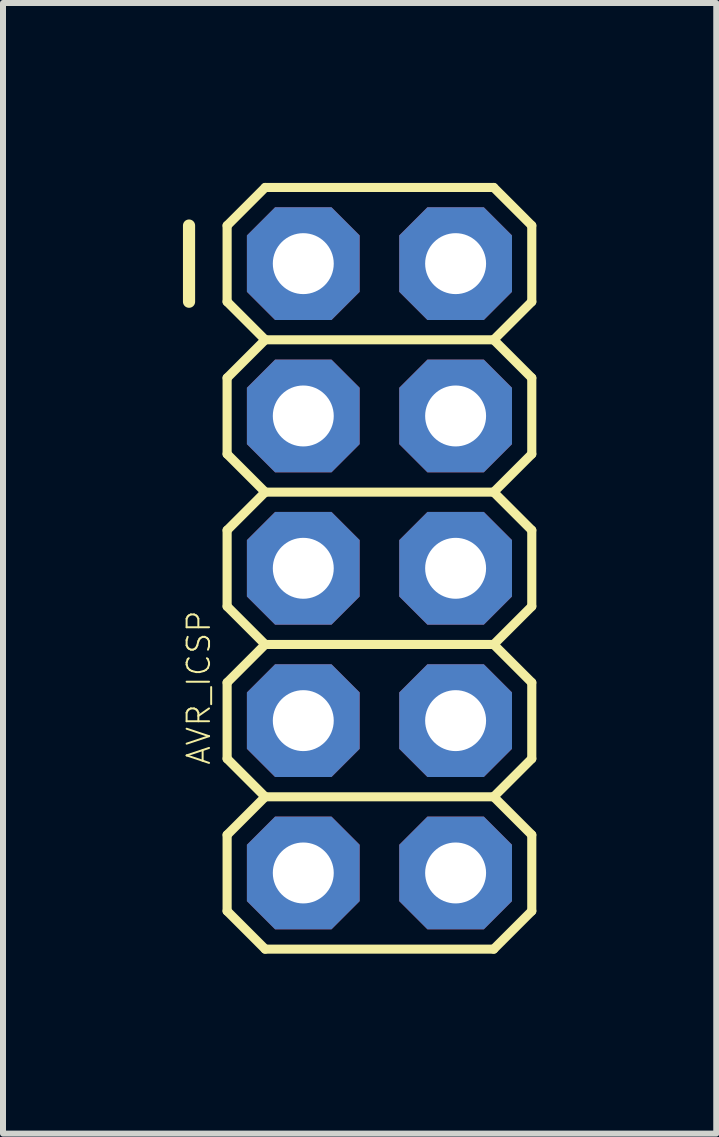
<source format=kicad_pcb>
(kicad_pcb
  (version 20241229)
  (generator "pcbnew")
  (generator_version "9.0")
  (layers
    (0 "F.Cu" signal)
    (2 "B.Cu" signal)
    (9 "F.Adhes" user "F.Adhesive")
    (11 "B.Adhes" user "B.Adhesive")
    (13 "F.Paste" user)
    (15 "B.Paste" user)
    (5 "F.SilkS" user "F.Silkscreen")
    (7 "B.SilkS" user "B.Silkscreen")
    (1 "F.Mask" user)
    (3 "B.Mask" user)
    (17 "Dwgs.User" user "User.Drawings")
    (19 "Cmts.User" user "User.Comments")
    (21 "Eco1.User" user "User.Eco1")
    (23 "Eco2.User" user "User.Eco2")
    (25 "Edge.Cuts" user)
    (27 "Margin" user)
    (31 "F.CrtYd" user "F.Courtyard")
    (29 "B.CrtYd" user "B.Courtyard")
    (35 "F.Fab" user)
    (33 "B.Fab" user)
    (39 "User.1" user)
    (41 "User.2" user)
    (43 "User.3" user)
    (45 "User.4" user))
  (footprint "AVR_ICSP"
    (layer "F.Cu")
    (at 3.277 6.426)
    (property "Reference" "AVR_ICSP" (at -2.794 3.302 90) (layer "F.SilkS") (effects (font (size 0.374 0.374) (thickness 0.033)) (justify left bottom)))
    (fp_line (start -3.175 -5.715) (end -3.175 -4.445) (stroke (width 0.203) (type solid)) (layer "F.SilkS"))
    (fp_line (start -2.54 -5.715) (end -2.54 -4.445) (stroke (width 0.152) (type solid)) (layer "F.SilkS"))
    (fp_line (start -2.54 -4.445) (end -1.905 -3.81) (stroke (width 0.152) (type solid)) (layer "F.SilkS"))
    (fp_line (start -2.54 -3.175) (end -2.54 -1.905) (stroke (width 0.152) (type solid)) (layer "F.SilkS"))
    (fp_line (start -2.54 -1.905) (end -1.905 -1.27) (stroke (width 0.152) (type solid)) (layer "F.SilkS"))
    (fp_line (start -2.54 -0.635) (end -2.54 0.635) (stroke (width 0.152) (type solid)) (layer "F.SilkS"))
    (fp_line (start -2.54 0.635) (end -1.905 1.27) (stroke (width 0.152) (type solid)) (layer "F.SilkS"))
    (fp_line (start -2.54 1.905) (end -2.54 3.175) (stroke (width 0.152) (type solid)) (layer "F.SilkS"))
    (fp_line (start -2.54 3.175) (end -1.905 3.81) (stroke (width 0.152) (type solid)) (layer "F.SilkS"))
    (fp_line (start -2.54 4.445) (end -2.54 5.715) (stroke (width 0.152) (type solid)) (layer "F.SilkS"))
    (fp_line (start -2.54 5.715) (end -1.905 6.35) (stroke (width 0.152) (type solid)) (layer "F.SilkS"))
    (fp_line (start -1.905 -6.35) (end -2.54 -5.715) (stroke (width 0.152) (type solid)) (layer "F.SilkS"))
    (fp_line (start -1.905 -6.35) (end 1.905 -6.35) (stroke (width 0.152) (type solid)) (layer "F.SilkS"))
    (fp_line (start -1.905 -3.81) (end -2.54 -3.175) (stroke (width 0.152) (type solid)) (layer "F.SilkS"))
    (fp_line (start -1.905 -1.27) (end -2.54 -0.635) (stroke (width 0.152) (type solid)) (layer "F.SilkS"))
    (fp_line (start -1.905 1.27) (end -2.54 1.905) (stroke (width 0.152) (type solid)) (layer "F.SilkS"))
    (fp_line (start -1.905 3.81) (end -2.54 4.445) (stroke (width 0.152) (type solid)) (layer "F.SilkS"))
    (fp_line (start 1.905 -6.35) (end 2.54 -5.715) (stroke (width 0.152) (type solid)) (layer "F.SilkS"))
    (fp_line (start 1.905 -3.81) (end -1.905 -3.81) (stroke (width 0.152) (type solid)) (layer "F.SilkS"))
    (fp_line (start 1.905 -3.81) (end 2.54 -3.175) (stroke (width 0.152) (type solid)) (layer "F.SilkS"))
    (fp_line (start 1.905 -1.27) (end -1.905 -1.27) (stroke (width 0.152) (type solid)) (layer "F.SilkS"))
    (fp_line (start 1.905 -1.27) (end 2.54 -0.635) (stroke (width 0.152) (type solid)) (layer "F.SilkS"))
    (fp_line (start 1.905 1.27) (end -1.905 1.27) (stroke (width 0.152) (type solid)) (layer "F.SilkS"))
    (fp_line (start 1.905 1.27) (end 2.54 1.905) (stroke (width 0.152) (type solid)) (layer "F.SilkS"))
    (fp_line (start 1.905 3.81) (end -1.905 3.81) (stroke (width 0.152) (type solid)) (layer "F.SilkS"))
    (fp_line (start 1.905 3.81) (end 2.54 4.445) (stroke (width 0.152) (type solid)) (layer "F.SilkS"))
    (fp_line (start 1.905 6.35) (end -1.905 6.35) (stroke (width 0.152) (type solid)) (layer "F.SilkS"))
    (fp_line (start 2.54 -5.715) (end 2.54 -4.445) (stroke (width 0.152) (type solid)) (layer "F.SilkS"))
    (fp_line (start 2.54 -4.445) (end 1.905 -3.81) (stroke (width 0.152) (type solid)) (layer "F.SilkS"))
    (fp_line (start 2.54 -3.175) (end 2.54 -1.905) (stroke (width 0.152) (type solid)) (layer "F.SilkS"))
    (fp_line (start 2.54 -1.905) (end 1.905 -1.27) (stroke (width 0.152) (type solid)) (layer "F.SilkS"))
    (fp_line (start 2.54 -0.635) (end 2.54 0.635) (stroke (width 0.152) (type solid)) (layer "F.SilkS"))
    (fp_line (start 2.54 0.635) (end 1.905 1.27) (stroke (width 0.152) (type solid)) (layer "F.SilkS"))
    (fp_line (start 2.54 1.905) (end 2.54 3.175) (stroke (width 0.152) (type solid)) (layer "F.SilkS"))
    (fp_line (start 2.54 3.175) (end 1.905 3.81) (stroke (width 0.152) (type solid)) (layer "F.SilkS"))
    (fp_line (start 2.54 4.445) (end 2.54 5.715) (stroke (width 0.152) (type solid)) (layer "F.SilkS"))
    (fp_line (start 2.54 5.715) (end 1.905 6.35) (stroke (width 0.152) (type solid)) (layer "F.SilkS"))
    (fp_poly (pts (xy -1.524 0.254) (xy -1.016 0.254) (xy -1.016 -0.254) (xy -1.524 -0.254)) (stroke (width 0) (type solid)) (fill yes) (layer "F.SilkS"))
    (fp_poly (pts (xy -1.524 -4.826) (xy -1.016 -4.826) (xy -1.016 -5.334) (xy -1.524 -5.334)) (stroke (width 0.1) (type solid)) (fill no) (layer "F.Fab"))
    (fp_poly (pts (xy -1.524 -2.286) (xy -1.016 -2.286) (xy -1.016 -2.794) (xy -1.524 -2.794)) (stroke (width 0.1) (type solid)) (fill no) (layer "F.Fab"))
    (fp_poly (pts (xy -1.524 2.794) (xy -1.016 2.794) (xy -1.016 2.286) (xy -1.524 2.286)) (stroke (width 0.1) (type solid)) (fill no) (layer "F.Fab"))
    (fp_poly (pts (xy -1.524 5.334) (xy -1.016 5.334) (xy -1.016 4.826) (xy -1.524 4.826)) (stroke (width 0.1) (type solid)) (fill no) (layer "F.Fab"))
    (fp_poly (pts (xy 1.016 -4.826) (xy 1.524 -4.826) (xy 1.524 -5.334) (xy 1.016 -5.334)) (stroke (width 0.1) (type solid)) (fill no) (layer "F.Fab"))
    (fp_poly (pts (xy 1.016 -2.286) (xy 1.524 -2.286) (xy 1.524 -2.794) (xy 1.016 -2.794)) (stroke (width 0.1) (type solid)) (fill no) (layer "F.Fab"))
    (fp_poly (pts (xy 1.016 0.254) (xy 1.524 0.254) (xy 1.524 -0.254) (xy 1.016 -0.254)) (stroke (width 0.1) (type solid)) (fill no) (layer "F.Fab"))
    (fp_poly (pts (xy 1.016 2.794) (xy 1.524 2.794) (xy 1.524 2.286) (xy 1.016 2.286)) (stroke (width 0.1) (type solid)) (fill no) (layer "F.Fab"))
    (fp_poly (pts (xy 1.016 5.334) (xy 1.524 5.334) (xy 1.524 4.826) (xy 1.016 4.826)) (stroke (width 0.1) (type solid)) (fill no) (layer "F.Fab"))
    (pad "1" thru_hole roundrect (at -1.27 -5.08 270) (size 1.88 1.88) (drill 1.016) (layers "*.Cu" "*.Mask") (roundrect_rratio 0.25) (chamfer_ratio 0.25) (chamfer top_left top_right bottom_left bottom_right))
    (pad "2" thru_hole roundrect (at 1.27 -5.08 270) (size 1.88 1.88) (drill 1.016) (layers "*.Cu" "*.Mask") (roundrect_rratio 0.25) (chamfer_ratio 0.25) (chamfer top_left top_right bottom_left bottom_right))
    (pad "3" thru_hole roundrect (at -1.27 -2.54 270) (size 1.88 1.88) (drill 1.016) (layers "*.Cu" "*.Mask") (roundrect_rratio 0.25) (chamfer_ratio 0.25) (chamfer top_left top_right bottom_left bottom_right))
    (pad "4" thru_hole roundrect (at 1.27 -2.54 270) (size 1.88 1.88) (drill 1.016) (layers "*.Cu" "*.Mask") (roundrect_rratio 0.25) (chamfer_ratio 0.25) (chamfer top_left top_right bottom_left bottom_right))
    (pad "5" thru_hole roundrect (at -1.27 0 270) (size 1.88 1.88) (drill 1.016) (layers "*.Cu" "*.Mask") (roundrect_rratio 0.25) (chamfer_ratio 0.25) (chamfer top_left top_right bottom_left bottom_right))
    (pad "6" thru_hole roundrect (at 1.27 0 270) (size 1.88 1.88) (drill 1.016) (layers "*.Cu" "*.Mask") (roundrect_rratio 0.25) (chamfer_ratio 0.25) (chamfer top_left top_right bottom_left bottom_right))
    (pad "7" thru_hole roundrect (at -1.27 2.54 270) (size 1.88 1.88) (drill 1.016) (layers "*.Cu" "*.Mask") (roundrect_rratio 0.25) (chamfer_ratio 0.25) (chamfer top_left top_right bottom_left bottom_right))
    (pad "8" thru_hole roundrect (at 1.27 2.54 270) (size 1.88 1.88) (drill 1.016) (layers "*.Cu" "*.Mask") (roundrect_rratio 0.25) (chamfer_ratio 0.25) (chamfer top_left top_right bottom_left bottom_right))
    (pad "9" thru_hole roundrect (at -1.27 5.08 270) (size 1.88 1.88) (drill 1.016) (layers "*.Cu" "*.Mask") (roundrect_rratio 0.25) (chamfer_ratio 0.25) (chamfer top_left top_right bottom_left bottom_right))
    (pad "10" thru_hole roundrect (at 1.27 5.08 270) (size 1.88 1.88) (drill 1.016) (layers "*.Cu" "*.Mask") (roundrect_rratio 0.25) (chamfer_ratio 0.25) (chamfer top_left top_right bottom_left bottom_right)))
  (gr_rect
    (start -3 -3)
    (end 8.893 15.852)
    (stroke (width 0.1) (type default))
    (fill no)
    (layer "Edge.Cuts")))
</source>
